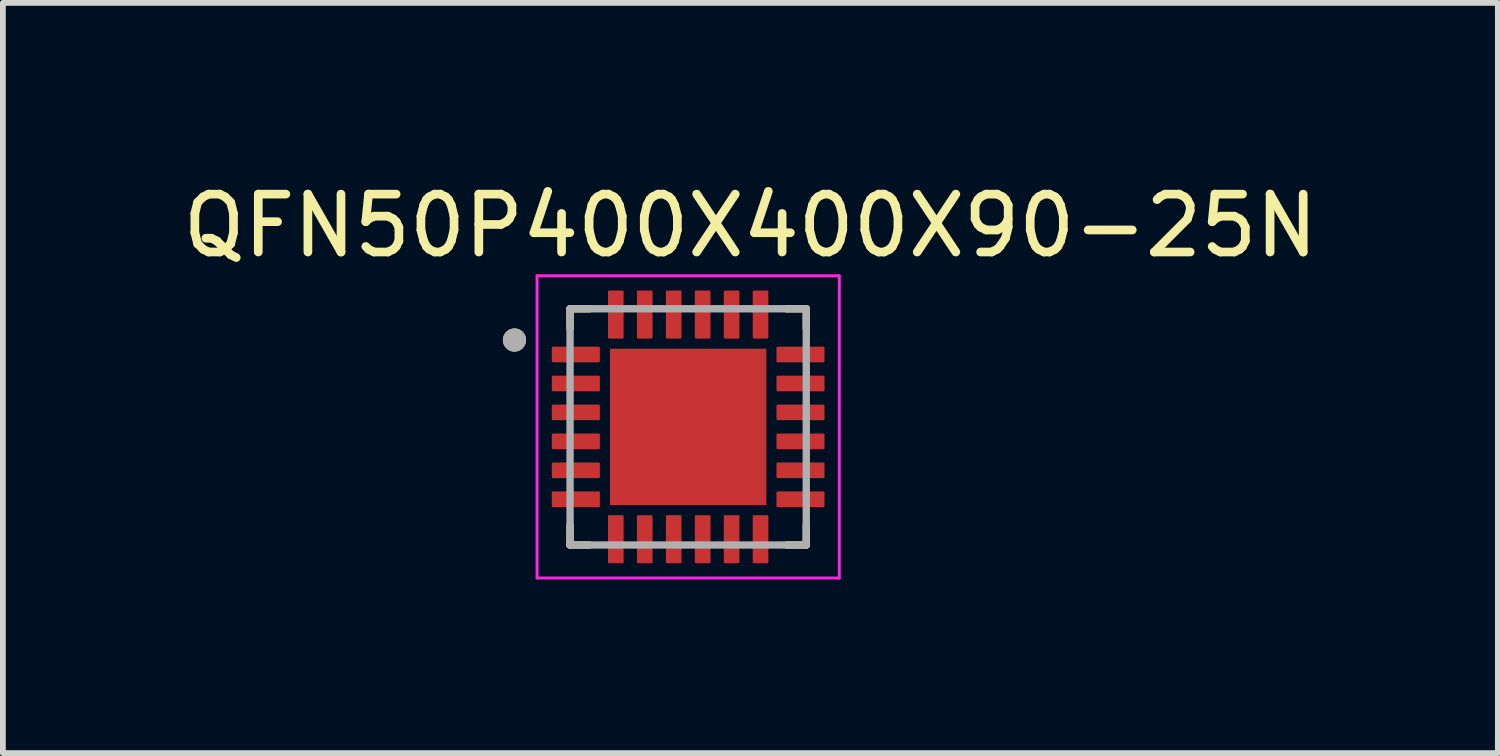
<source format=kicad_pcb>
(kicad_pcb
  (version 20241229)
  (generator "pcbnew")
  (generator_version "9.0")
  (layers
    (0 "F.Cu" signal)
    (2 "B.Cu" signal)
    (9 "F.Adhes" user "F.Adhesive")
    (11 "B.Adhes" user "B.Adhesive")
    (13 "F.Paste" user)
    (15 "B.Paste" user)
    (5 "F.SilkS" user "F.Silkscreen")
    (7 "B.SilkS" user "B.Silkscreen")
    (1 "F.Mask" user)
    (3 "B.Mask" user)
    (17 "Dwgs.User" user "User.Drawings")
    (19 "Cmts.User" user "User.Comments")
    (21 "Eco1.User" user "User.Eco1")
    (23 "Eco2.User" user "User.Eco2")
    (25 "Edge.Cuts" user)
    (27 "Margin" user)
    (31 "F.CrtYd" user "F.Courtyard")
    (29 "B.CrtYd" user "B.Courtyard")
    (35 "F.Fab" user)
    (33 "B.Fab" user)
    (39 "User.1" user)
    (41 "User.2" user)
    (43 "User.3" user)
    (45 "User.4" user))
  (footprint "QFN50P400X400X90-25N"
    (layer "F.Cu")
    (at 8.836 4.323)
    (property "Reference" "QFN50P400X400X90-25N" (at 1.075 -3.475 0) (layer "F.SilkS") (effects (font (size 1 1) (thickness 0.15))))
    (attr smd)
    (fp_line (start -2.04 -2.04) (end -1.7 -2.04) (stroke (width 0.127) (type solid)) (layer "F.SilkS"))
    (fp_line (start -2.04 -1.7) (end -2.04 -2.04) (stroke (width 0.127) (type solid)) (layer "F.SilkS"))
    (fp_line (start -2.04 2.04) (end -2.04 1.7) (stroke (width 0.127) (type solid)) (layer "F.SilkS"))
    (fp_line (start -1.7 2.04) (end -2.04 2.04) (stroke (width 0.127) (type solid)) (layer "F.SilkS"))
    (fp_line (start 1.7 -2.04) (end 2.04 -2.04) (stroke (width 0.127) (type solid)) (layer "F.SilkS"))
    (fp_line (start 2.04 -2.04) (end 2.04 -1.7) (stroke (width 0.127) (type solid)) (layer "F.SilkS"))
    (fp_line (start 2.04 1.7) (end 2.04 2.04) (stroke (width 0.127) (type solid)) (layer "F.SilkS"))
    (fp_line (start 2.04 2.04) (end 1.7 2.04) (stroke (width 0.127) (type solid)) (layer "F.SilkS"))
    (fp_circle (center -3 -1.5) (end -2.9 -1.5) (stroke (width 0.2) (type solid)) (fill no) (layer "F.SilkS"))
    (fp_poly (pts (xy -1.09 -1.09) (xy -0.13 -1.09) (xy -0.13 -0.13) (xy -1.09 -0.13)) (stroke (width 0.01) (type solid)) (fill yes) (layer "F.Paste"))
    (fp_poly (pts (xy -1.09 0.13) (xy -0.13 0.13) (xy -0.13 1.09) (xy -1.09 1.09)) (stroke (width 0.01) (type solid)) (fill yes) (layer "F.Paste"))
    (fp_poly (pts (xy 0.13 -1.09) (xy 1.09 -1.09) (xy 1.09 -0.13) (xy 0.13 -0.13)) (stroke (width 0.01) (type solid)) (fill yes) (layer "F.Paste"))
    (fp_poly (pts (xy 0.13 0.13) (xy 1.09 0.13) (xy 1.09 1.09) (xy 0.13 1.09)) (stroke (width 0.01) (type solid)) (fill yes) (layer "F.Paste"))
    (fp_line (start -2.61 -2.61) (end 2.61 -2.61) (stroke (width 0.05) (type solid)) (layer "F.CrtYd"))
    (fp_line (start -2.61 2.61) (end -2.61 -2.61) (stroke (width 0.05) (type solid)) (layer "F.CrtYd"))
    (fp_line (start 2.61 -2.61) (end 2.61 2.61) (stroke (width 0.05) (type solid)) (layer "F.CrtYd"))
    (fp_line (start 2.61 2.61) (end -2.61 2.61) (stroke (width 0.05) (type solid)) (layer "F.CrtYd"))
    (fp_line (start -2.04 -2.04) (end 2.04 -2.04) (stroke (width 0.127) (type solid)) (layer "F.Fab"))
    (fp_line (start -2.04 2.04) (end -2.04 -2.04) (stroke (width 0.127) (type solid)) (layer "F.Fab"))
    (fp_line (start 2.04 -2.04) (end 2.04 2.04) (stroke (width 0.127) (type solid)) (layer "F.Fab"))
    (fp_line (start 2.04 2.04) (end -2.04 2.04) (stroke (width 0.127) (type solid)) (layer "F.Fab"))
    (fp_circle (center -3 -1.5) (end -2.9 -1.5) (stroke (width 0.2) (type solid)) (fill no) (layer "F.Fab"))
    (pad "1" smd roundrect (at -1.94 -1.25) (size 0.83 0.27) (layers "F.Cu" "F.Mask" "F.Paste") (roundrect_rratio 0.07))
    (pad "2" smd roundrect (at -1.94 -0.75) (size 0.83 0.27) (layers "F.Cu" "F.Mask" "F.Paste") (roundrect_rratio 0.07))
    (pad "3" smd roundrect (at -1.94 -0.25) (size 0.83 0.27) (layers "F.Cu" "F.Mask" "F.Paste") (roundrect_rratio 0.07))
    (pad "4" smd roundrect (at -1.94 0.25) (size 0.83 0.27) (layers "F.Cu" "F.Mask" "F.Paste") (roundrect_rratio 0.07))
    (pad "5" smd roundrect (at -1.94 0.75) (size 0.83 0.27) (layers "F.Cu" "F.Mask" "F.Paste") (roundrect_rratio 0.07))
    (pad "6" smd roundrect (at -1.94 1.25) (size 0.83 0.27) (layers "F.Cu" "F.Mask" "F.Paste") (roundrect_rratio 0.07))
    (pad "7" smd roundrect (at -1.25 1.94 90) (size 0.83 0.27) (layers "F.Cu" "F.Mask" "F.Paste") (roundrect_rratio 0.07))
    (pad "8" smd roundrect (at -0.75 1.94 90) (size 0.83 0.27) (layers "F.Cu" "F.Mask" "F.Paste") (roundrect_rratio 0.07))
    (pad "9" smd roundrect (at -0.25 1.94 90) (size 0.83 0.27) (layers "F.Cu" "F.Mask" "F.Paste") (roundrect_rratio 0.07))
    (pad "10" smd roundrect (at 0.25 1.94 90) (size 0.83 0.27) (layers "F.Cu" "F.Mask" "F.Paste") (roundrect_rratio 0.07))
    (pad "11" smd roundrect (at 0.75 1.94 90) (size 0.83 0.27) (layers "F.Cu" "F.Mask" "F.Paste") (roundrect_rratio 0.07))
    (pad "12" smd roundrect (at 1.25 1.94 90) (size 0.83 0.27) (layers "F.Cu" "F.Mask" "F.Paste") (roundrect_rratio 0.07))
    (pad "13" smd roundrect (at 1.94 1.25 180) (size 0.83 0.27) (layers "F.Cu" "F.Mask" "F.Paste") (roundrect_rratio 0.07))
    (pad "14" smd roundrect (at 1.94 0.75 180) (size 0.83 0.27) (layers "F.Cu" "F.Mask" "F.Paste") (roundrect_rratio 0.07))
    (pad "15" smd roundrect (at 1.94 0.25 180) (size 0.83 0.27) (layers "F.Cu" "F.Mask" "F.Paste") (roundrect_rratio 0.07))
    (pad "16" smd roundrect (at 1.94 -0.25 180) (size 0.83 0.27) (layers "F.Cu" "F.Mask" "F.Paste") (roundrect_rratio 0.07))
    (pad "17" smd roundrect (at 1.94 -0.75 180) (size 0.83 0.27) (layers "F.Cu" "F.Mask" "F.Paste") (roundrect_rratio 0.07))
    (pad "18" smd roundrect (at 1.94 -1.25 180) (size 0.83 0.27) (layers "F.Cu" "F.Mask" "F.Paste") (roundrect_rratio 0.07))
    (pad "19" smd roundrect (at 1.25 -1.94 270) (size 0.83 0.27) (layers "F.Cu" "F.Mask" "F.Paste") (roundrect_rratio 0.07))
    (pad "20" smd roundrect (at 0.75 -1.94 270) (size 0.83 0.27) (layers "F.Cu" "F.Mask" "F.Paste") (roundrect_rratio 0.07))
    (pad "21" smd roundrect (at 0.25 -1.94 270) (size 0.83 0.27) (layers "F.Cu" "F.Mask" "F.Paste") (roundrect_rratio 0.07))
    (pad "22" smd roundrect (at -0.25 -1.94 270) (size 0.83 0.27) (layers "F.Cu" "F.Mask" "F.Paste") (roundrect_rratio 0.07))
    (pad "23" smd roundrect (at -0.75 -1.94 270) (size 0.83 0.27) (layers "F.Cu" "F.Mask" "F.Paste") (roundrect_rratio 0.07))
    (pad "24" smd roundrect (at -1.25 -1.94 270) (size 0.83 0.27) (layers "F.Cu" "F.Mask" "F.Paste") (roundrect_rratio 0.07))
    (pad "25" smd rect (at 0 0) (size 2.7 2.7) (layers "F.Cu" "F.Mask")))
  (gr_rect
    (start -3 -3)
    (end 22.821 9.958)
    (stroke (width 0.1) (type default))
    (fill no)
    (layer "Edge.Cuts")))
</source>
